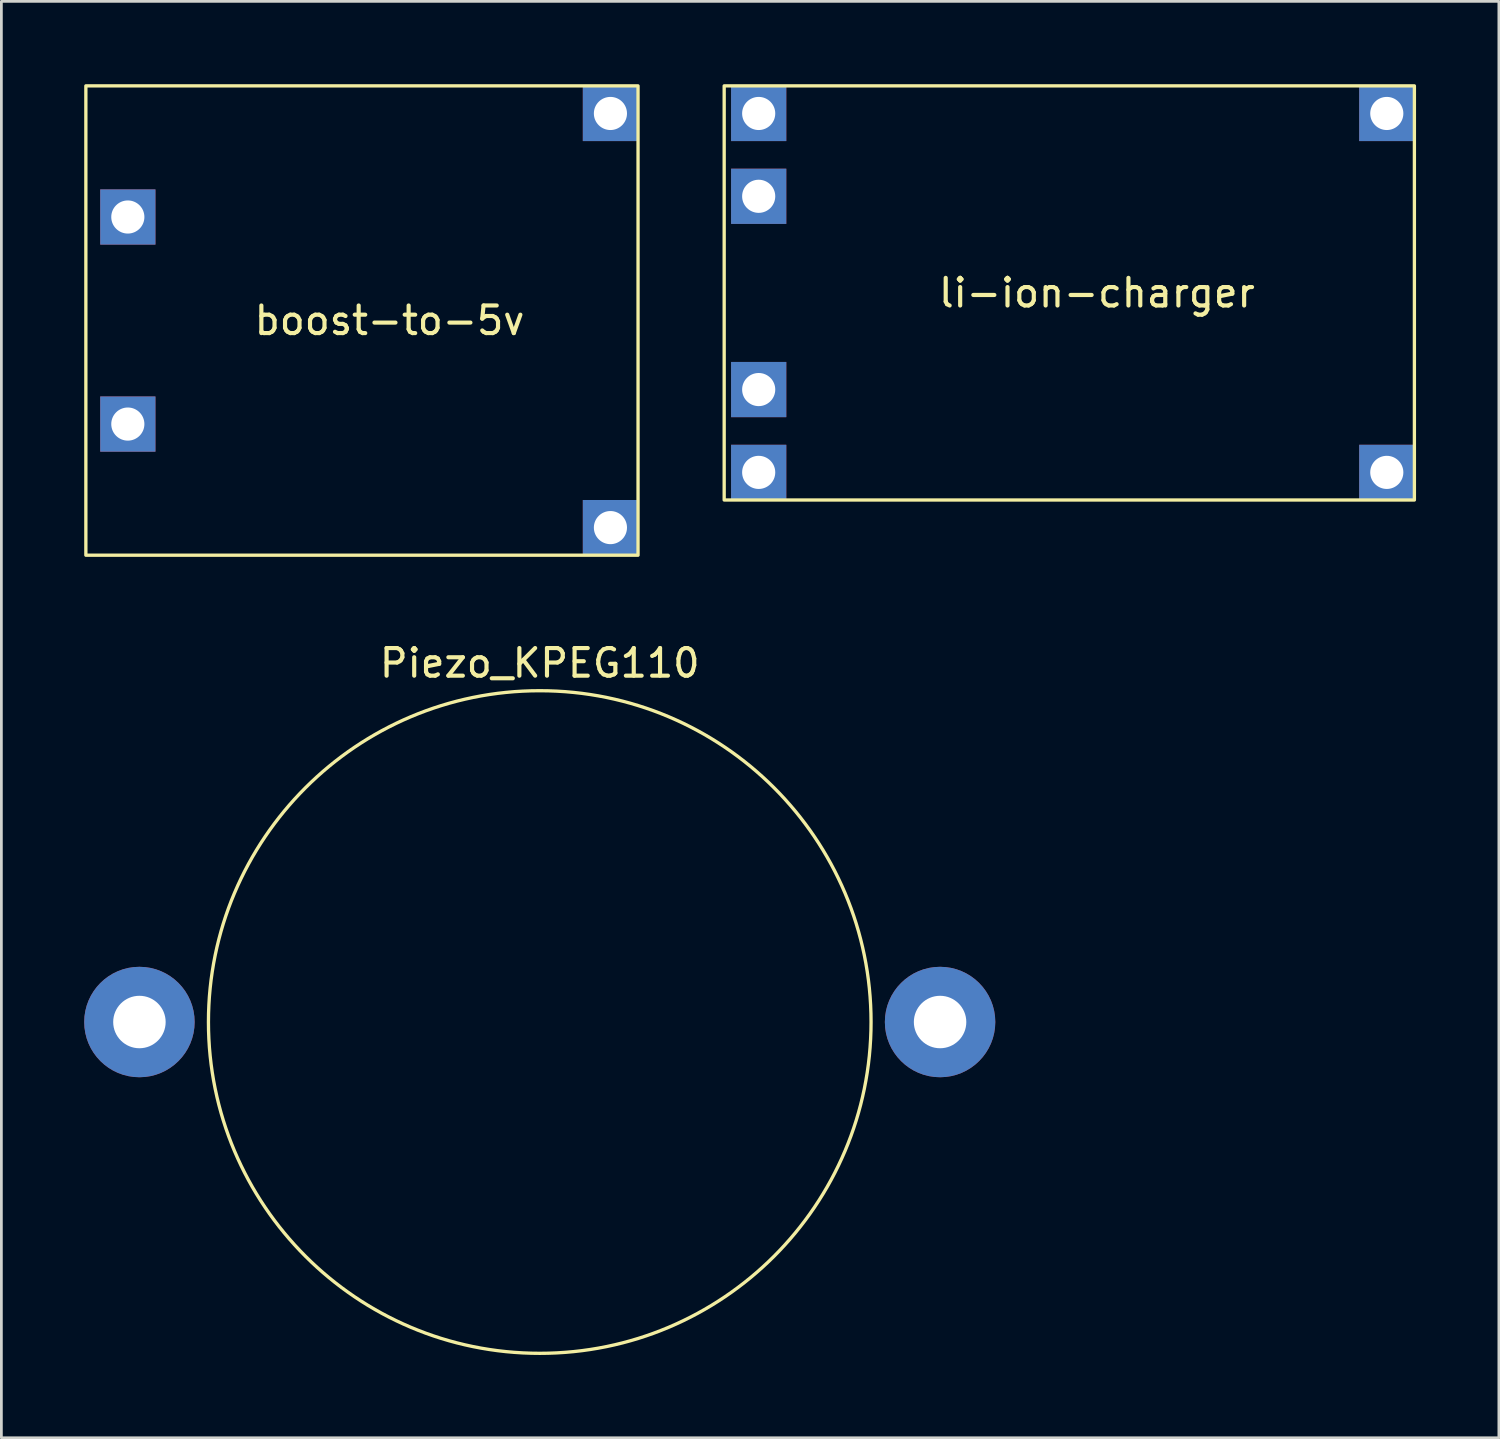
<source format=kicad_pcb>
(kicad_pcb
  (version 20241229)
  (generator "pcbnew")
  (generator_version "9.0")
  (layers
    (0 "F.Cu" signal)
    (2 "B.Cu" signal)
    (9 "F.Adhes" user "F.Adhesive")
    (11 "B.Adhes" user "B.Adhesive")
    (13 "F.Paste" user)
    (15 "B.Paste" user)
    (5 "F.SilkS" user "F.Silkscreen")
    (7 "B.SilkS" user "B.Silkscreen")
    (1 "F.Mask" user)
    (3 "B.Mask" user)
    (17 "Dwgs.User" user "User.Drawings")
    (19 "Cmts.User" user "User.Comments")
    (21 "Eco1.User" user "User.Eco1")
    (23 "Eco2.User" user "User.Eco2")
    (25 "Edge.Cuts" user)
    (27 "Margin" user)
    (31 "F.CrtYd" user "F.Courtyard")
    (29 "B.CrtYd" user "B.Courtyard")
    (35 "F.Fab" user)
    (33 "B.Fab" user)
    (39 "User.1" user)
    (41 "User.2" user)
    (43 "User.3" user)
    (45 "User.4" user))
  (footprint "li-ion-charger"
    (layer "F.Cu")
    (at 36.18 7.56)
    (property "Reference" "li-ion-charger" (at 0.5 0 0) (unlocked yes) (layer "F.SilkS") (effects (font (size 1 1) (thickness 0.15))))
    (attr through_hole)
    (fp_rect (start -13 -7.5) (end 12 7.5) (stroke (width 0.12) (type solid)) (fill no) (layer "F.SilkS"))
    (pad "1" thru_hole rect (at -11.75 3.5) (size 2 2) (drill 1.2) (layers "*.Cu" "*.Mask"))
    (pad "2" thru_hole rect (at -11.75 -3.5) (size 2 2) (drill 1.2) (layers "*.Cu" "*.Mask"))
    (pad "3" thru_hole rect (at 11 -6.5) (size 2 2) (drill 1.2) (layers "*.Cu" "*.Mask"))
    (pad "4" thru_hole rect (at 11 6.5) (size 2 2) (drill 1.2) (layers "*.Cu" "*.Mask"))
    (pad "5" thru_hole rect (at -11.75 6.5) (size 2 2) (drill 1.2) (layers "*.Cu" "*.Mask"))
    (pad "6" thru_hole rect (at -11.75 -6.5) (size 2 2) (drill 1.2) (layers "*.Cu" "*.Mask")))
  (footprint "boost-to-5v"
    (layer "F.Cu")
    (at 11.06 8.56)
    (property "Reference" "boost-to-5v" (at 0 0 0) (unlocked yes) (layer "F.SilkS") (effects (font (size 1 1) (thickness 0.15))))
    (attr through_hole)
    (fp_rect (start 9 -8.5) (end -11 8.5) (stroke (width 0.12) (type solid)) (fill no) (layer "F.SilkS"))
    (pad "1" thru_hole rect (at -9.48 -3.75) (size 2 2) (drill 1.2) (layers "*.Cu" "*.Mask"))
    (pad "2" thru_hole rect (at -9.48 3.75) (size 2 2) (drill 1.2) (layers "*.Cu" "*.Mask"))
    (pad "3" thru_hole rect (at 8 7.5) (size 2 2) (drill 1.2) (layers "*.Cu" "*.Mask"))
    (pad "4" thru_hole rect (at 8 -7.5) (size 2 2) (drill 1.2) (layers "*.Cu" "*.Mask")))
  (footprint "Piezo_KPEG110"
    (layer "F.Cu")
    (at 16.5 33.968)
    (property "Reference" "Piezo_KPEG110" (at 0 -13 0) (unlocked yes) (layer "F.SilkS") (effects (font (size 1 1) (thickness 0.15))))
    (attr through_hole)
    (fp_circle (center 0 0) (end 0 -12) (stroke (width 0.12) (type solid)) (fill no) (layer "F.SilkS"))
    (pad "1" thru_hole circle (at 14.5 0) (size 4 4) (drill 1.9) (layers "*.Cu" "*.Mask"))
    (pad "2" thru_hole circle (at -14.5 0) (size 4 4) (drill 1.9) (layers "*.Cu" "*.Mask")))
  (gr_rect
    (start -3 -3)
    (end 51.24 49.028)
    (stroke (width 0.1) (type default))
    (fill no)
    (layer "Edge.Cuts")))
</source>
